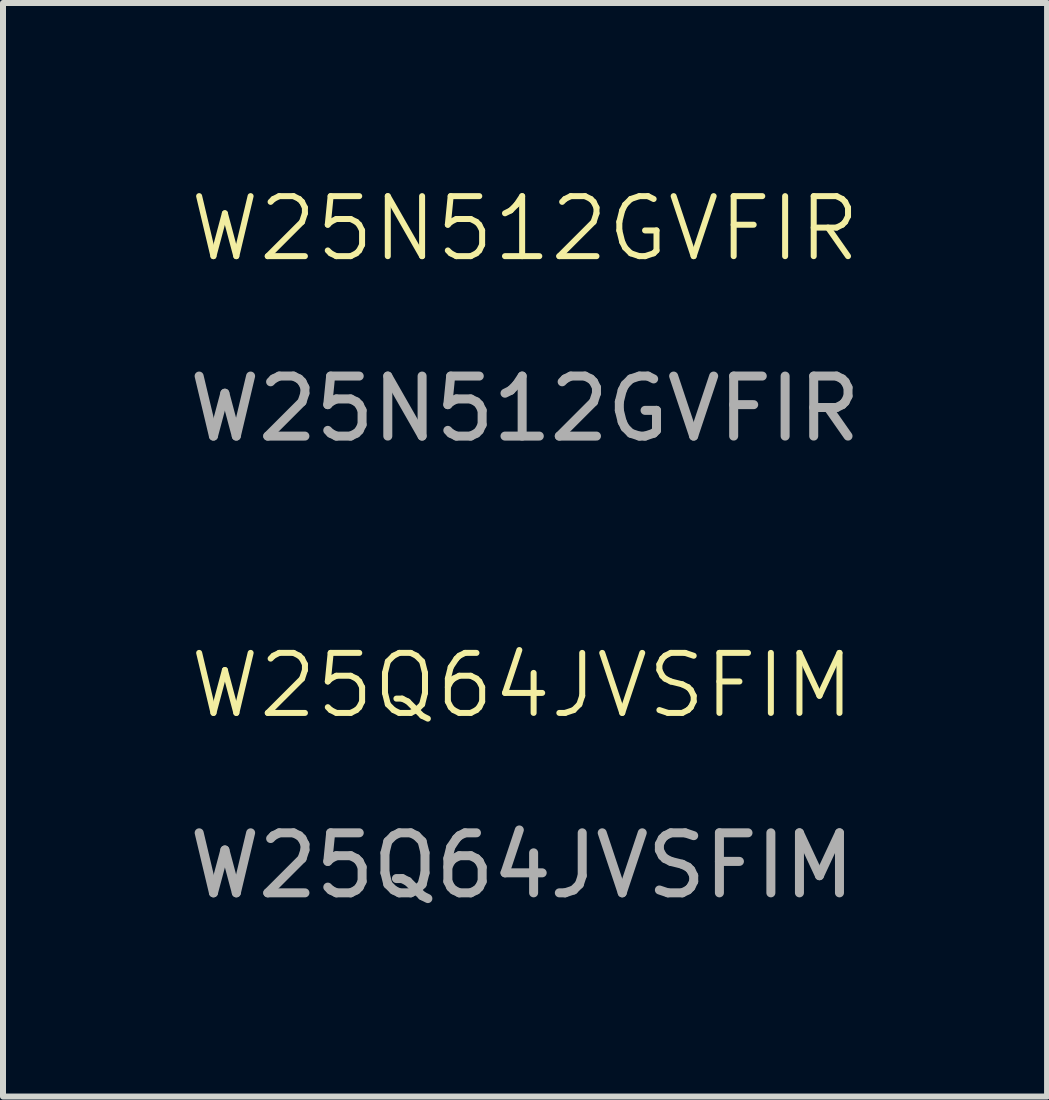
<source format=kicad_pcb>
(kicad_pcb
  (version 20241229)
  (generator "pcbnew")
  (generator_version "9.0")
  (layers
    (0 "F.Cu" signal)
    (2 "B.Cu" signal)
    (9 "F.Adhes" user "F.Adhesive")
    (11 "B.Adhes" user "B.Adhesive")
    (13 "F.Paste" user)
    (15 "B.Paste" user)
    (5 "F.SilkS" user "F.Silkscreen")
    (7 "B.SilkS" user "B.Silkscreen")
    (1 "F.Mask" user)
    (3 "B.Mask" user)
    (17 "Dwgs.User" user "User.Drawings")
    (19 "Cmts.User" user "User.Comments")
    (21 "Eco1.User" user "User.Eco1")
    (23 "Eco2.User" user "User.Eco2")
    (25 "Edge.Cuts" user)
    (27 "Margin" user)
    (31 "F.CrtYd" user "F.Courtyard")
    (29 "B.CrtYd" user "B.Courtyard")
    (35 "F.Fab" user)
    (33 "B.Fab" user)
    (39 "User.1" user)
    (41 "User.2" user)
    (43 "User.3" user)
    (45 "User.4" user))
  (footprint "W25Q64JVSFIM"
    (layer "F.Cu")
    (at 5.649 8.869)
    (property "Reference" "W25Q64JVSFIM" (at 0 -0.5 0) (unlocked yes) (layer "F.SilkS") (effects (font (size 1 1) (thickness 0.1))))
    (attr smd)
    (fp_text user "${REFERENCE}" (at 0 2.5 0) (unlocked yes) (layer "F.Fab") (effects (font (size 1 1) (thickness 0.15)))))
  (footprint "W25N512GVFIR"
    (layer "F.Cu")
    (at 5.696 1.26)
    (property "Reference" "W25N512GVFIR" (at 0 -0.5 0) (unlocked yes) (layer "F.SilkS") (effects (font (size 1 1) (thickness 0.1))))
    (attr smd)
    (fp_text user "${REFERENCE}" (at 0 2.5 0) (unlocked yes) (layer "F.Fab") (effects (font (size 1 1) (thickness 0.15)))))
  (gr_rect
    (start -3 -3)
    (end 14.393 15.217)
    (stroke (width 0.1) (type default))
    (fill no)
    (layer "Edge.Cuts")))
</source>
